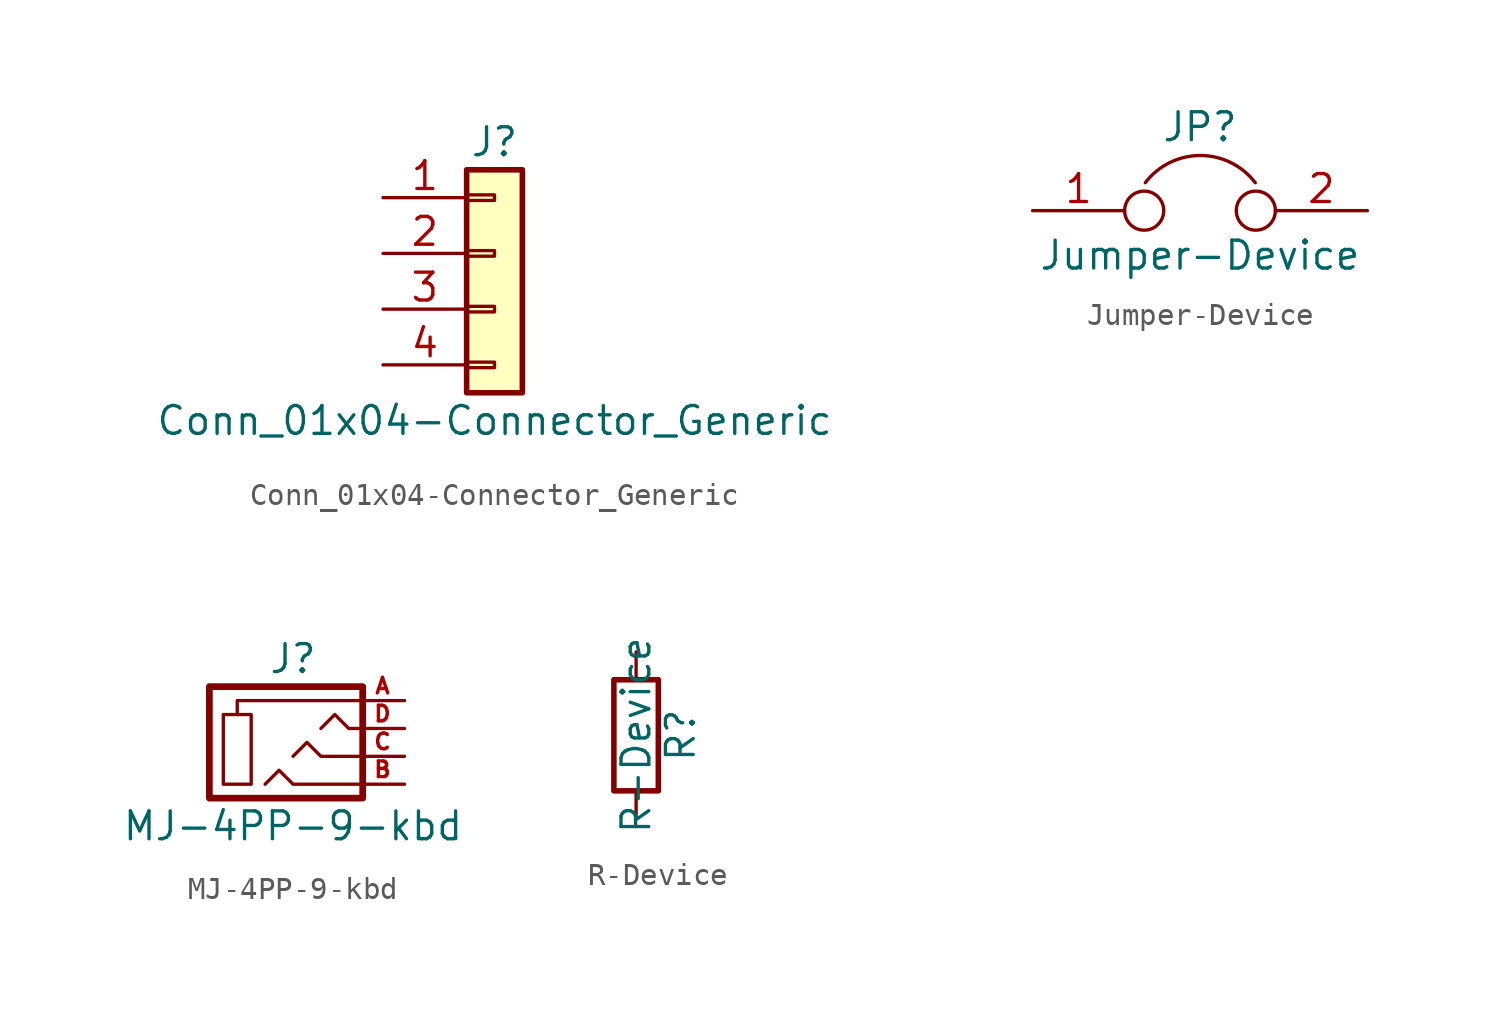
<source format=kicad_sym>
(kicad_symbol_lib
  (version 20211014)
  (generator kicad_symbol_editor)
  (symbol "Conn_01x04-Connector_Generic"
    (pin_names
      (offset 1.016) hide)
    (property "Reference" "J"
      (at 0 5.08 0)
      (effects (font (size 1.27 1.27))))
    (property "Value" "Conn_01x04-Connector_Generic"
      (at 0 -7.62 0)
      (effects (font (size 1.27 1.27))))
    (symbol "Conn_01x04-Connector_Generic_1_1"
      (rectangle (start -1.27 -4.953) (end 0 -5.207) (stroke (width 0.152) (type default) (color 0 0 0 0)) (fill (type none)))
      (rectangle (start -1.27 -2.413) (end 0 -2.667) (stroke (width 0.152) (type default) (color 0 0 0 0)) (fill (type none)))
      (rectangle (start -1.27 0.127) (end 0 -0.127) (stroke (width 0.152) (type default) (color 0 0 0 0)) (fill (type none)))
      (rectangle (start -1.27 2.667) (end 0 2.413) (stroke (width 0.152) (type default) (color 0 0 0 0)) (fill (type none)))
      (rectangle (start -1.27 3.81) (end 1.27 -6.35) (stroke (width 0.254) (type default) (color 0 0 0 0)) (fill (type background)))
      (pin passive line (at -5.08 2.54 0) (length 3.81) (name "Pin_1" (effects (font (size 1.27 1.27)))) (number "1" (effects (font (size 1.27 1.27)))))
      (pin passive line (at -5.08 0 0) (length 3.81) (name "Pin_2" (effects (font (size 1.27 1.27)))) (number "2" (effects (font (size 1.27 1.27)))))
      (pin passive line (at -5.08 -2.54 0) (length 3.81) (name "Pin_3" (effects (font (size 1.27 1.27)))) (number "3" (effects (font (size 1.27 1.27)))))
      (pin passive line (at -5.08 -5.08 0) (length 3.81) (name "Pin_4" (effects (font (size 1.27 1.27)))) (number "4" (effects (font (size 1.27 1.27)))))))
  (symbol "Jumper-Device"
    (pin_names
      (offset 0.762) hide)
    (property "Reference" "JP"
      (at 0 3.81 0)
      (effects (font (size 1.27 1.27))))
    (property "Value" "Jumper-Device"
      (at 0 -2.032 0)
      (effects (font (size 1.27 1.27))))
    (symbol "Jumper-Device_0_1"
      (circle (center -2.54 0) (radius 0.889) (stroke (width 0) (type default) (color 0 0 0 0)) (fill (type none)))
      (arc (start 2.5146 1.27) (mid 0.0078 2.5097) (end -2.4892 1.27) (stroke (width 0) (type default) (color 0 0 0 0)) (fill (type none)))
      (circle (center 2.54 0) (radius 0.889) (stroke (width 0) (type default) (color 0 0 0 0)) (fill (type none)))
      (pin passive line (at -7.62 0 0) (length 4.191) (name "1" (effects (font (size 1.27 1.27)))) (number "1" (effects (font (size 1.27 1.27)))))
      (pin passive line (at 7.62 0 180) (length 4.191) (name "2" (effects (font (size 1.27 1.27)))) (number "2" (effects (font (size 1.27 1.27)))))))
  (symbol "MJ-4PP-9-kbd"
    (pin_names
      (offset 1.016))
    (property "Reference" "J"
      (at 0 3.81 0)
      (effects (font (size 1.27 1.27))))
    (property "Value" "MJ-4PP-9-kbd"
      (at 0 -3.81 0)
      (effects (font (size 1.27 1.27))))
    (symbol "MJ-4PP-9-kbd_0_1"
      (rectangle (start -1.905 -1.905) (end -3.175 1.27) (stroke (width 0) (type default) (color 0 0 0 0)) (fill (type none)))
      (polyline (pts (xy -2.54 1.27) (xy -2.54 1.905) (xy 3.175 1.905)) (stroke (width 0) (type default) (color 0 0 0 0)) (fill (type none)))
      (polyline (pts (xy -1.27 -1.905) (xy -0.635 -1.27) (xy 0 -1.905) (xy 3.175 -1.905)) (stroke (width 0) (type default) (color 0 0 0 0)) (fill (type none)))
      (polyline (pts (xy 0 -0.635) (xy 0.635 0) (xy 1.27 -0.635) (xy 3.175 -0.635)) (stroke (width 0) (type default) (color 0 0 0 0)) (fill (type none)))
      (polyline (pts (xy 1.27 0.635) (xy 1.905 1.27) (xy 2.54 0.635) (xy 3.175 0.635)) (stroke (width 0) (type default) (color 0 0 0 0)) (fill (type none)))
      (rectangle (start 3.175 2.54) (end -3.81 -2.54) (stroke (width 0.305) (type default) (color 0 0 0 0)) (fill (type none))))
    (symbol "MJ-4PP-9-kbd_1_1"
      (pin input line (at 5.08 1.905 180) (length 2.007) (name "~" (effects (font (size 0.508 0.508)))) (number "A" (effects (font (size 0.711 0.711)))))
      (pin input line (at 5.08 -1.905 180) (length 2.007) (name "~" (effects (font (size 0.508 0.508)))) (number "B" (effects (font (size 0.711 0.711)))))
      (pin input line (at 5.08 -0.635 180) (length 2.007) (name "~" (effects (font (size 0.508 0.508)))) (number "C" (effects (font (size 0.711 0.711)))))
      (pin input line (at 5.08 0.635 180) (length 2.007) (name "~" (effects (font (size 0.508 0.508)))) (number "D" (effects (font (size 0.711 0.711)))))))
  (symbol "R-Device"
    (pin_numbers hide)
    (pin_names
      (offset 0))
    (property "Reference" "R"
      (at 2.032 0 90)
      (effects (font (size 1.27 1.27))))
    (property "Value" "R-Device"
      (at 0 0 90)
      (effects (font (size 1.27 1.27))))
    (symbol "R-Device_0_1"
      (rectangle (start -1.016 -2.54) (end 1.016 2.54) (stroke (width 0.254) (type default) (color 0 0 0 0)) (fill (type none))))
    (symbol "R-Device_1_1"
      (pin passive line (at 0 3.81 270) (length 1.27) (name "~" (effects (font (size 1.27 1.27)))) (number "1" (effects (font (size 1.27 1.27)))))
      (pin passive line (at 0 -3.81 90) (length 1.27) (name "~" (effects (font (size 1.27 1.27)))) (number "2" (effects (font (size 1.27 1.27))))))))
</source>
